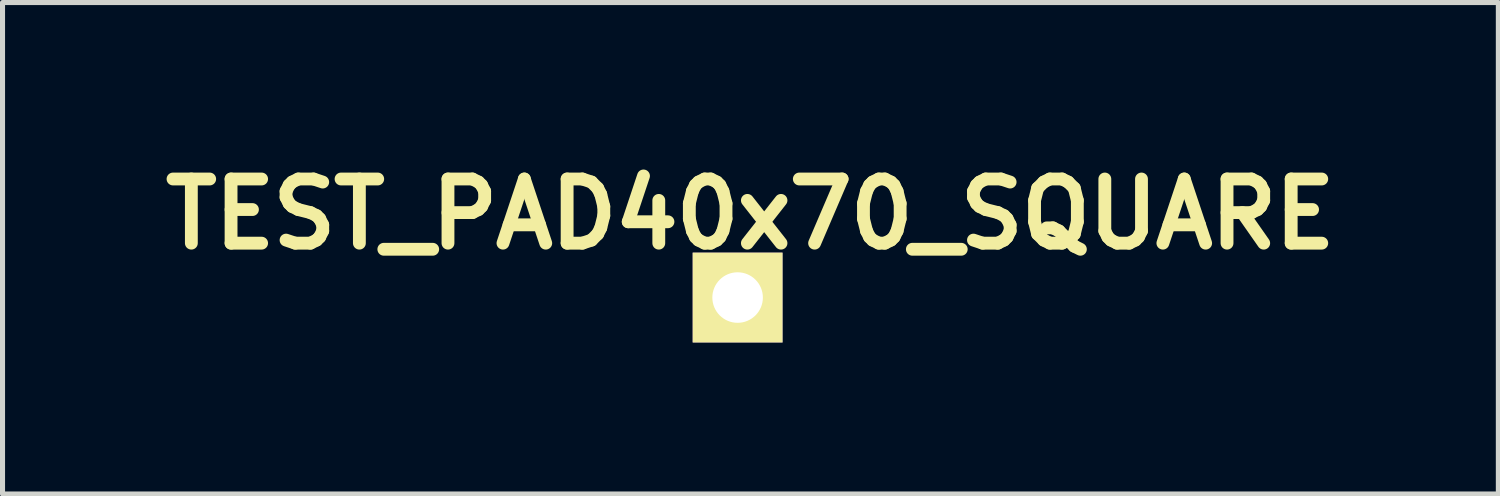
<source format=kicad_pcb>
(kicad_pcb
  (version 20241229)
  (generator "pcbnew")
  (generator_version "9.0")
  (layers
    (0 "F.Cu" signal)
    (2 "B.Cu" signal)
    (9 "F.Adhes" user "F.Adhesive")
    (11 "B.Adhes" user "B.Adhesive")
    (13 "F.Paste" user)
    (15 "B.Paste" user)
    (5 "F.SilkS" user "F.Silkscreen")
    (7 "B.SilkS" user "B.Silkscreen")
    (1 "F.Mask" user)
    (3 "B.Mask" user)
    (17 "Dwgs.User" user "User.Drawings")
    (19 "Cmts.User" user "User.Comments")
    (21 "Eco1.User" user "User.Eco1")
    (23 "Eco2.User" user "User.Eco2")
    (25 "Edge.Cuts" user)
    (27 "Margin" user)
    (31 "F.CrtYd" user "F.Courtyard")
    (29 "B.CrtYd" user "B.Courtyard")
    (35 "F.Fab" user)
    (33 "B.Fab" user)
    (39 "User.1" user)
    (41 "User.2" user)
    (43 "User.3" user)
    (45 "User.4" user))
  (footprint "TEST_PAD40x70_SQUARE"
    (layer "F.Cu")
    (at 11.551 2.84)
    (property "Reference" "TEST_PAD40x70_SQUARE" (at 0.254 -1.651 0) (layer "F.SilkS") (effects (font (size 1.27 1.27) (thickness 0.254))))
    (attr exclude_from_pos_files exclude_from_bom)
    (pad "1" thru_hole rect (at 0 0) (size 1.778 1.778) (drill 1) (layers "*.Cu" "*.Mask" "F.SilkS")))
  (gr_rect
    (start -3 -3)
    (end 26.61 6.729)
    (stroke (width 0.1) (type default))
    (fill no)
    (layer "Edge.Cuts")))
</source>
